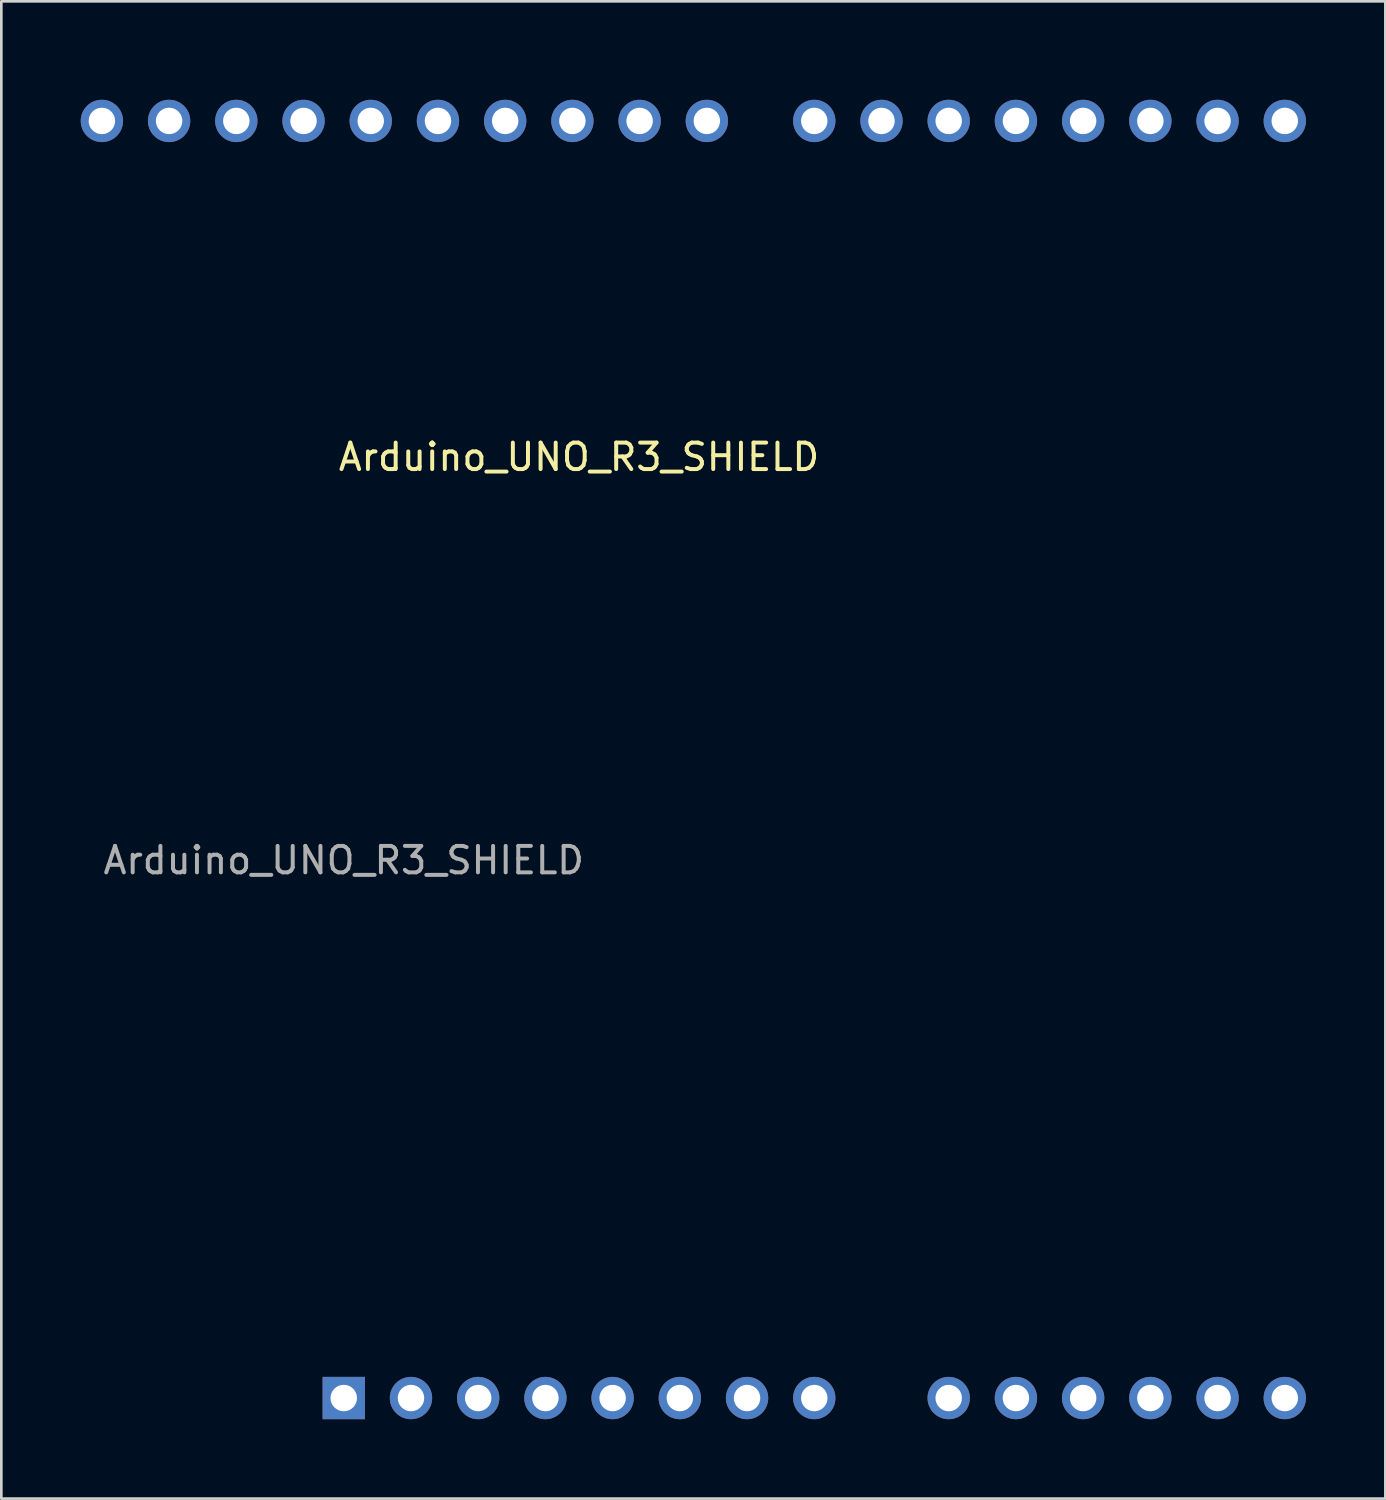
<source format=kicad_pcb>
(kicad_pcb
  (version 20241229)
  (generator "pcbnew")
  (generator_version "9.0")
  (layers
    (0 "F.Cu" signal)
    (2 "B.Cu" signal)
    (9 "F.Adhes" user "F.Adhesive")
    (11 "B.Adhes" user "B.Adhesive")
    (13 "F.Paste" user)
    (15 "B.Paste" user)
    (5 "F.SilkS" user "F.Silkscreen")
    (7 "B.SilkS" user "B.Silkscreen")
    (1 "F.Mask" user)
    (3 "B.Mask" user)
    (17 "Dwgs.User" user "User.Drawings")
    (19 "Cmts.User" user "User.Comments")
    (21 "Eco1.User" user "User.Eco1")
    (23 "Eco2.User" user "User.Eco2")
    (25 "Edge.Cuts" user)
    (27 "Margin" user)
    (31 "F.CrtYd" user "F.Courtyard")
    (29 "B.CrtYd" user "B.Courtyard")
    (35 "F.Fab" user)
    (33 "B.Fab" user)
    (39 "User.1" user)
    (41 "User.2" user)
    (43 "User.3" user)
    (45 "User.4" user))
  (footprint "Arduino_UNO_R3_SHIELD"
    (layer "F.Cu")
    (at 18.83 0.25)
    (property "Reference" "Arduino_UNO_R3_SHIELD" (at 0 13.97 180) (layer "F.SilkS") (effects (font (size 1 1) (thickness 0.15))))
    (attr through_hole)
    (fp_text user "${REFERENCE}" (at -8.89 29.21 180) (layer "F.Fab") (effects (font (size 1 1) (thickness 0.15))))
    (pad "1" thru_hole rect (at -8.89 49.53 270) (size 1.6 1.6) (drill 1) (layers "*.Cu" "*.Mask"))
    (pad "2" thru_hole oval (at -6.35 49.53 270) (size 1.6 1.6) (drill 1) (layers "*.Cu" "*.Mask"))
    (pad "3" thru_hole oval (at -3.81 49.53 270) (size 1.6 1.6) (drill 1) (layers "*.Cu" "*.Mask"))
    (pad "4" thru_hole oval (at -1.27 49.53 270) (size 1.6 1.6) (drill 1) (layers "*.Cu" "*.Mask"))
    (pad "5" thru_hole oval (at 1.27 49.53 270) (size 1.6 1.6) (drill 1) (layers "*.Cu" "*.Mask"))
    (pad "6" thru_hole oval (at 3.81 49.53 270) (size 1.6 1.6) (drill 1) (layers "*.Cu" "*.Mask"))
    (pad "7" thru_hole oval (at 6.35 49.53 270) (size 1.6 1.6) (drill 1) (layers "*.Cu" "*.Mask"))
    (pad "8" thru_hole oval (at 8.89 49.53 270) (size 1.6 1.6) (drill 1) (layers "*.Cu" "*.Mask"))
    (pad "9" thru_hole oval (at 13.97 49.53 270) (size 1.6 1.6) (drill 1) (layers "*.Cu" "*.Mask"))
    (pad "10" thru_hole oval (at 16.51 49.53 270) (size 1.6 1.6) (drill 1) (layers "*.Cu" "*.Mask"))
    (pad "11" thru_hole oval (at 19.05 49.53 270) (size 1.6 1.6) (drill 1) (layers "*.Cu" "*.Mask"))
    (pad "12" thru_hole oval (at 21.59 49.53 270) (size 1.6 1.6) (drill 1) (layers "*.Cu" "*.Mask"))
    (pad "13" thru_hole oval (at 24.13 49.53 270) (size 1.6 1.6) (drill 1) (layers "*.Cu" "*.Mask"))
    (pad "14" thru_hole oval (at 26.67 49.53 270) (size 1.6 1.6) (drill 1) (layers "*.Cu" "*.Mask"))
    (pad "15" thru_hole oval (at 26.67 1.27 270) (size 1.6 1.6) (drill 1) (layers "*.Cu" "*.Mask"))
    (pad "16" thru_hole oval (at 24.13 1.27 270) (size 1.6 1.6) (drill 1) (layers "*.Cu" "*.Mask"))
    (pad "17" thru_hole oval (at 21.59 1.27 270) (size 1.6 1.6) (drill 1) (layers "*.Cu" "*.Mask"))
    (pad "18" thru_hole oval (at 19.05 1.27 270) (size 1.6 1.6) (drill 1) (layers "*.Cu" "*.Mask"))
    (pad "19" thru_hole oval (at 16.51 1.27 270) (size 1.6 1.6) (drill 1) (layers "*.Cu" "*.Mask"))
    (pad "20" thru_hole oval (at 13.97 1.27 270) (size 1.6 1.6) (drill 1) (layers "*.Cu" "*.Mask"))
    (pad "21" thru_hole oval (at 11.43 1.27 270) (size 1.6 1.6) (drill 1) (layers "*.Cu" "*.Mask"))
    (pad "22" thru_hole oval (at 8.89 1.27 270) (size 1.6 1.6) (drill 1) (layers "*.Cu" "*.Mask"))
    (pad "23" thru_hole oval (at 4.83 1.27 270) (size 1.6 1.6) (drill 1) (layers "*.Cu" "*.Mask"))
    (pad "24" thru_hole oval (at 2.29 1.27 270) (size 1.6 1.6) (drill 1) (layers "*.Cu" "*.Mask"))
    (pad "25" thru_hole oval (at -0.25 1.27 270) (size 1.6 1.6) (drill 1) (layers "*.Cu" "*.Mask"))
    (pad "26" thru_hole oval (at -2.79 1.27 270) (size 1.6 1.6) (drill 1) (layers "*.Cu" "*.Mask"))
    (pad "27" thru_hole oval (at -5.33 1.27 270) (size 1.6 1.6) (drill 1) (layers "*.Cu" "*.Mask"))
    (pad "28" thru_hole oval (at -7.87 1.27 270) (size 1.6 1.6) (drill 1) (layers "*.Cu" "*.Mask"))
    (pad "29" thru_hole oval (at -10.41 1.27 270) (size 1.6 1.6) (drill 1) (layers "*.Cu" "*.Mask"))
    (pad "30" thru_hole oval (at -12.95 1.27 270) (size 1.6 1.6) (drill 1) (layers "*.Cu" "*.Mask"))
    (pad "31" thru_hole oval (at -15.49 1.27 270) (size 1.6 1.6) (drill 1) (layers "*.Cu" "*.Mask"))
    (pad "32" thru_hole oval (at -18.03 1.27 270) (size 1.6 1.6) (drill 1) (layers "*.Cu" "*.Mask")))
  (gr_rect
    (start -3 -3)
    (end 49.3 53.58)
    (stroke (width 0.1) (type default))
    (fill no)
    (layer "Edge.Cuts")))
</source>
